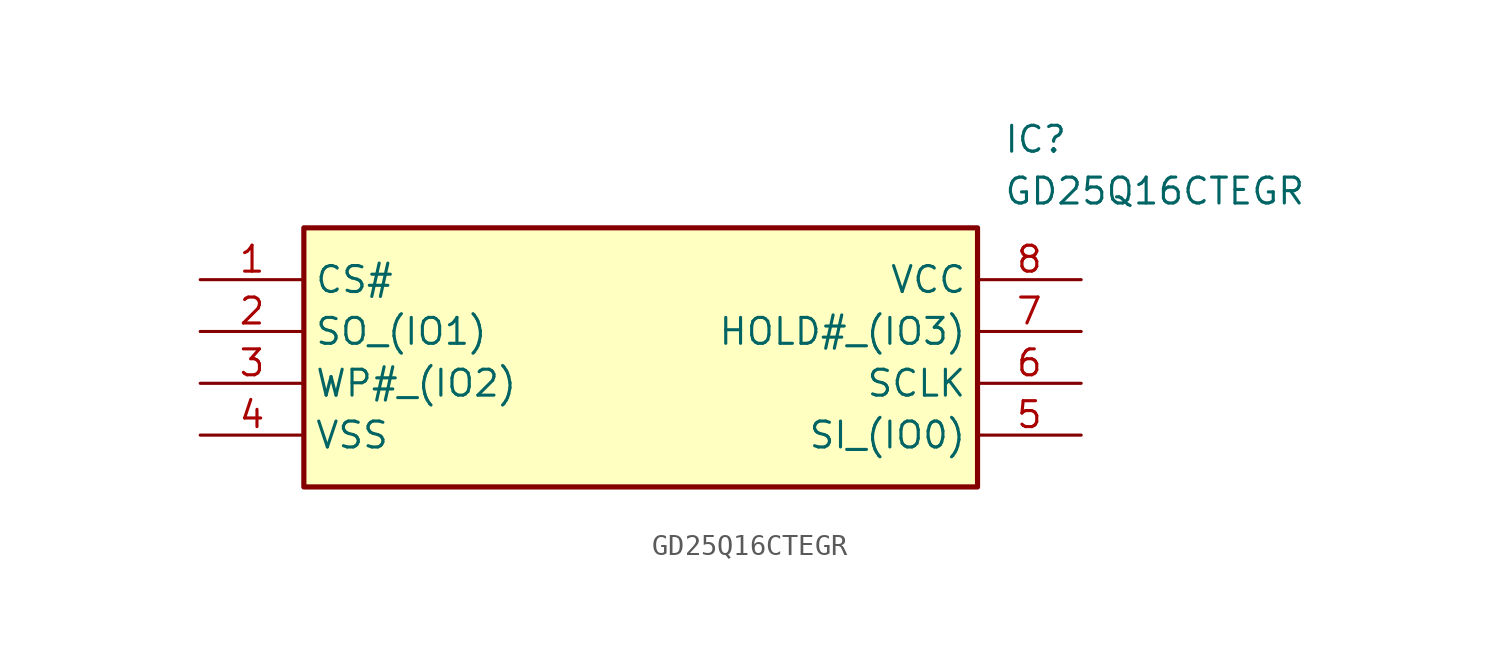
<source format=kicad_sym>
(kicad_symbol_lib
  (version 20211014)
  (generator SamacSys_ECAD_Model)
  (symbol "GD25Q16CTEGR"
    (property "Reference" "IC"
      (at 39.37 7.62 0)
      (effects (font (size 1.27 1.27)) (justify left top)))
    (property "Value" "GD25Q16CTEGR"
      (at 39.37 5.08 0)
      (effects (font (size 1.27 1.27)) (justify left top)))
    (rectangle
      (start 5.08 2.54)
      (end 38.1 -10.16)
      (stroke (width 0.254) (type default))
      (fill (type background)))
    (pin passive line
      (at 0 0 0)
      (length 5.08)
      (name "CS#" (effects (font (size 1.27 1.27))))
      (number "1" (effects (font (size 1.27 1.27)))))
    (pin passive line
      (at 0 -2.54 0)
      (length 5.08)
      (name "SO_(IO1)" (effects (font (size 1.27 1.27))))
      (number "2" (effects (font (size 1.27 1.27)))))
    (pin passive line
      (at 0 -5.08 0)
      (length 5.08)
      (name "WP#_(IO2)" (effects (font (size 1.27 1.27))))
      (number "3" (effects (font (size 1.27 1.27)))))
    (pin passive line
      (at 0 -7.62 0)
      (length 5.08)
      (name "VSS" (effects (font (size 1.27 1.27))))
      (number "4" (effects (font (size 1.27 1.27)))))
    (pin passive line
      (at 43.18 0 180)
      (length 5.08)
      (name "VCC" (effects (font (size 1.27 1.27))))
      (number "8" (effects (font (size 1.27 1.27)))))
    (pin passive line
      (at 43.18 -2.54 180)
      (length 5.08)
      (name "HOLD#_(IO3)" (effects (font (size 1.27 1.27))))
      (number "7" (effects (font (size 1.27 1.27)))))
    (pin passive line
      (at 43.18 -5.08 180)
      (length 5.08)
      (name "SCLK" (effects (font (size 1.27 1.27))))
      (number "6" (effects (font (size 1.27 1.27)))))
    (pin passive line
      (at 43.18 -7.62 180)
      (length 5.08)
      (name "SI_(IO0)" (effects (font (size 1.27 1.27))))
      (number "5" (effects (font (size 1.27 1.27)))))))
</source>
